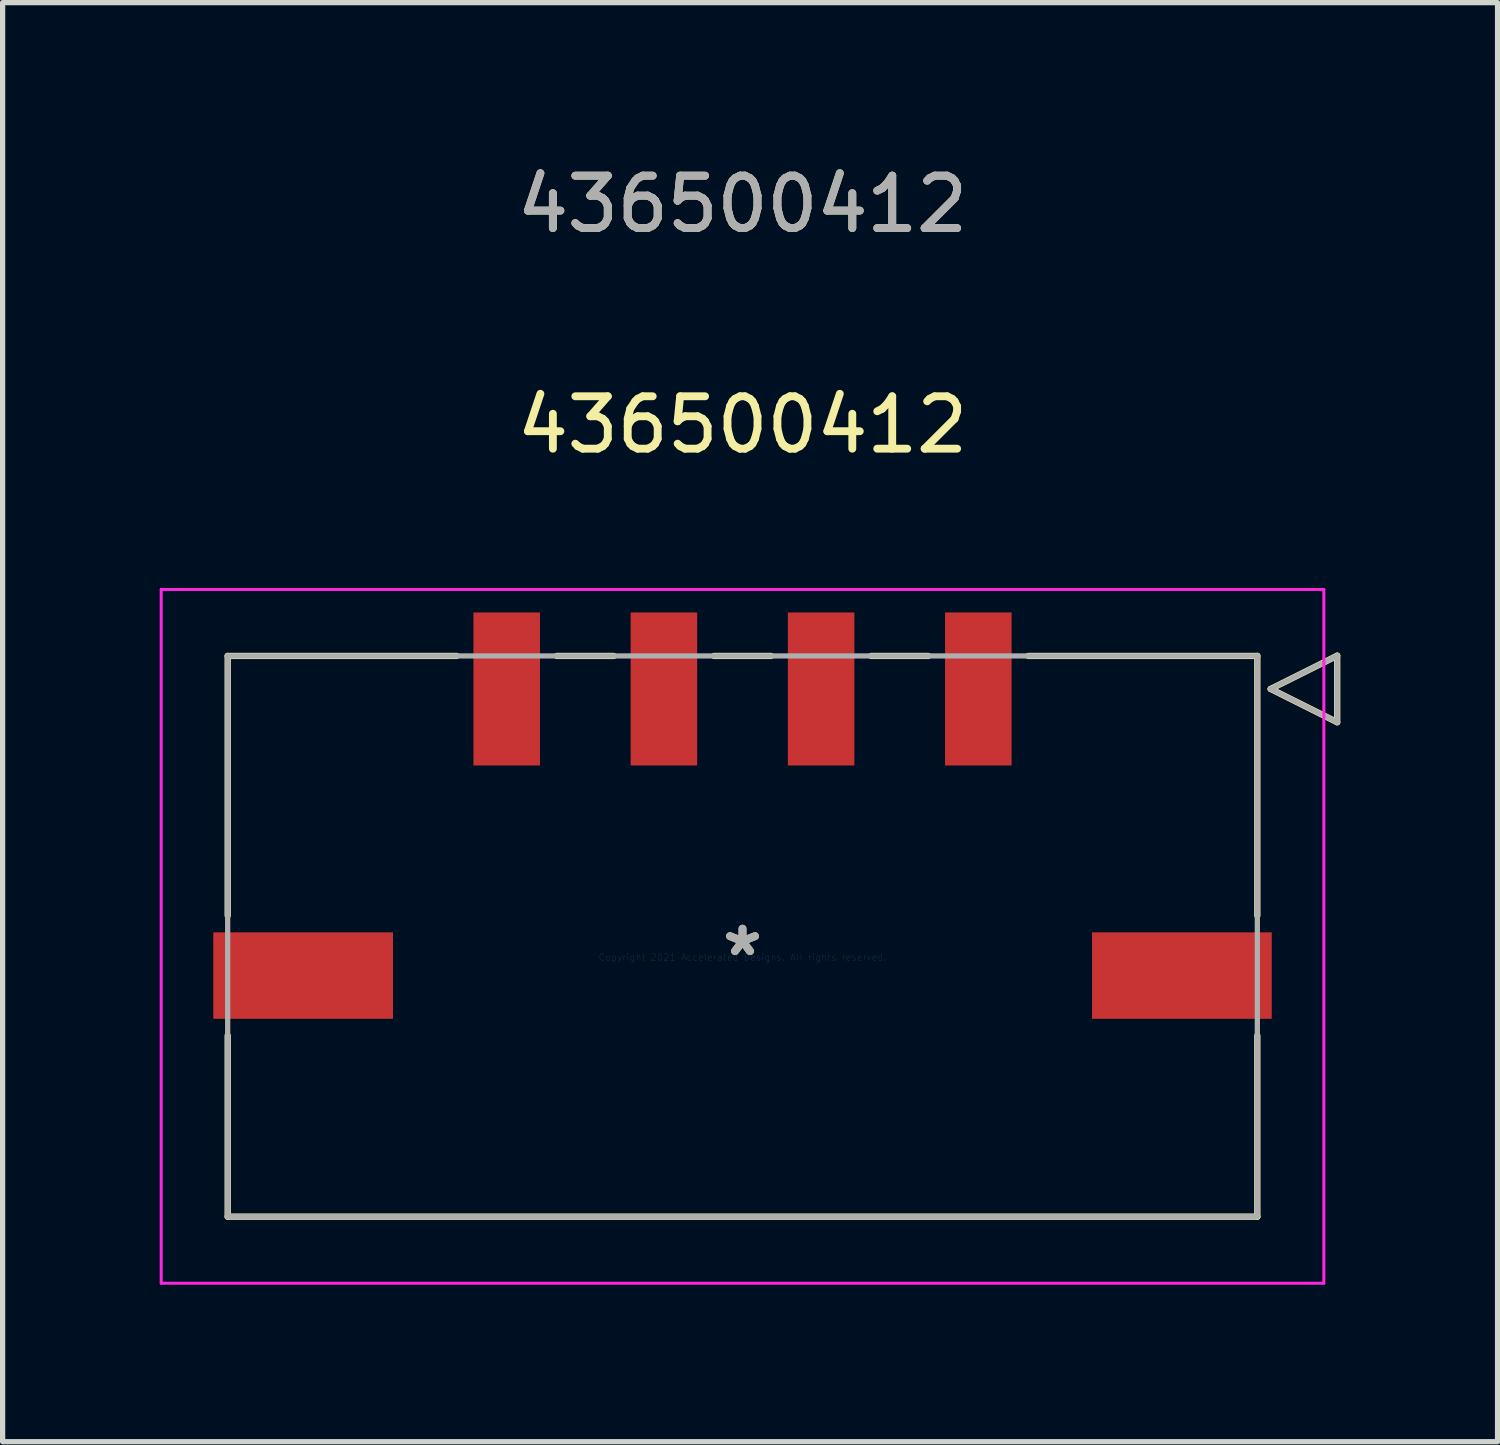
<source format=kicad_pcb>
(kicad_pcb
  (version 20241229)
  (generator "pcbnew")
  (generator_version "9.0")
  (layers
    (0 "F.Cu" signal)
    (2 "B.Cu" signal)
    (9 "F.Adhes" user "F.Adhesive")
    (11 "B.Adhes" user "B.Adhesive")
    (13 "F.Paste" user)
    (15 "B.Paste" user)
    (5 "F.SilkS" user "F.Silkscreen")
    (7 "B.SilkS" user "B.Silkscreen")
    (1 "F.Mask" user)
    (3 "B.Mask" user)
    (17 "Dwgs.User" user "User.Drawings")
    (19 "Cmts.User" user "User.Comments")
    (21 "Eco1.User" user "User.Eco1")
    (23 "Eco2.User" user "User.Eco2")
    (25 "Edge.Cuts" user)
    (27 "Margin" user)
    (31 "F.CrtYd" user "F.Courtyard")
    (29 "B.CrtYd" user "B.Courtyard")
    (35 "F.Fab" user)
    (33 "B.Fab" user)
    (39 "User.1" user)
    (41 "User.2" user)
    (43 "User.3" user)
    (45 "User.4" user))
  (footprint "436500412"
    (layer "F.Cu")
    (at 11.12 15.218)
    (property "Reference" "436500412" (at 0 -10.16 0) (layer "F.SilkS") (effects (font (size 1 1) (thickness 0.15))))
    (attr through_hole)
    (fp_line (start -9.825 -5.75) (end -9.825 -0.795) (stroke (width 0.12) (type solid)) (layer "F.SilkS"))
    (fp_line (start -9.825 1.495) (end -9.825 4.95) (stroke (width 0.12) (type solid)) (layer "F.SilkS"))
    (fp_line (start -9.825 4.95) (end 9.825 4.95) (stroke (width 0.12) (type solid)) (layer "F.SilkS"))
    (fp_line (start -5.455 -5.75) (end -9.825 -5.75) (stroke (width 0.12) (type solid)) (layer "F.SilkS"))
    (fp_line (start -2.455 -5.75) (end -3.545 -5.75) (stroke (width 0.12) (type solid)) (layer "F.SilkS"))
    (fp_line (start 0.545 -5.75) (end -0.545 -5.75) (stroke (width 0.12) (type solid)) (layer "F.SilkS"))
    (fp_line (start 3.545 -5.75) (end 2.455 -5.75) (stroke (width 0.12) (type solid)) (layer "F.SilkS"))
    (fp_line (start 9.825 -5.75) (end 5.455 -5.75) (stroke (width 0.12) (type solid)) (layer "F.SilkS"))
    (fp_line (start 9.825 -0.795) (end 9.825 -5.75) (stroke (width 0.12) (type solid)) (layer "F.SilkS"))
    (fp_line (start 9.825 4.95) (end 9.825 1.495) (stroke (width 0.12) (type solid)) (layer "F.SilkS"))
    (fp_line (start 10.079 -5.12) (end 11.349 -5.755) (stroke (width 0.12) (type solid)) (layer "F.SilkS"))
    (fp_line (start 11.349 -5.755) (end 11.349 -4.485) (stroke (width 0.12) (type solid)) (layer "F.SilkS"))
    (fp_line (start 11.349 -4.485) (end 10.079 -5.12) (stroke (width 0.12) (type solid)) (layer "F.SilkS"))
    (fp_line (start -11.095 -7.02) (end -11.095 6.22) (stroke (width 0.05) (type solid)) (layer "F.CrtYd"))
    (fp_line (start -11.095 -7.02) (end -11.095 6.22) (stroke (width 0.05) (type solid)) (layer "F.CrtYd"))
    (fp_line (start -11.095 6.22) (end 11.095 6.22) (stroke (width 0.05) (type solid)) (layer "F.CrtYd"))
    (fp_line (start -11.095 6.22) (end 11.095 6.22) (stroke (width 0.05) (type solid)) (layer "F.CrtYd"))
    (fp_line (start 11.095 -7.02) (end -11.095 -7.02) (stroke (width 0.05) (type solid)) (layer "F.CrtYd"))
    (fp_line (start 11.095 -7.02) (end -11.095 -7.02) (stroke (width 0.05) (type solid)) (layer "F.CrtYd"))
    (fp_line (start 11.095 6.22) (end 11.095 -7.02) (stroke (width 0.05) (type solid)) (layer "F.CrtYd"))
    (fp_line (start 11.095 6.22) (end 11.095 -7.02) (stroke (width 0.05) (type solid)) (layer "F.CrtYd"))
    (fp_line (start -9.825 -5.75) (end -9.825 4.95) (stroke (width 0.1) (type solid)) (layer "F.Fab"))
    (fp_line (start -9.825 4.95) (end 9.825 4.95) (stroke (width 0.1) (type solid)) (layer "F.Fab"))
    (fp_line (start 9.825 -5.75) (end -9.825 -5.75) (stroke (width 0.1) (type solid)) (layer "F.Fab"))
    (fp_line (start 9.825 4.95) (end 9.825 -5.75) (stroke (width 0.1) (type solid)) (layer "F.Fab"))
    (fp_line (start 10.079 -5.12) (end 11.349 -5.755) (stroke (width 0.1) (type solid)) (layer "F.Fab"))
    (fp_line (start 11.349 -5.755) (end 11.349 -4.485) (stroke (width 0.1) (type solid)) (layer "F.Fab"))
    (fp_line (start 11.349 -4.485) (end 10.079 -5.12) (stroke (width 0.1) (type solid)) (layer "F.Fab"))
    (fp_text user "436500412" (at 0 -14.37 0) (layer "F.SilkS") (effects (font (size 1 1) (thickness 0.15))))
    (fp_text user "*" (at 0 0 0) (layer "F.SilkS") (effects (font (size 1 1) (thickness 0.15))))
    (fp_text user "Copyright 2021 Accelerated Designs. All rights reserved." (at 0 0 0) (layer "Cmts.User") (effects (font (size 0.127 0.127) (thickness 0.002))))
    (fp_text user "436500412" (at 0 -14.37 0) (layer "F.Fab") (effects (font (size 1 1) (thickness 0.15))))
    (fp_text user "*" (at 0 0 0) (layer "F.Fab") (effects (font (size 1 1) (thickness 0.15))))
    (pad "1" smd rect (at 4.5 -5.12) (size 1.27 2.92) (layers "F.Cu" "F.Mask" "F.Paste"))
    (pad "2" smd rect (at 1.5 -5.12) (size 1.27 2.92) (layers "F.Cu" "F.Mask" "F.Paste"))
    (pad "3" smd rect (at -1.5 -5.12) (size 1.27 2.92) (layers "F.Cu" "F.Mask" "F.Paste"))
    (pad "4" smd rect (at -4.5 -5.12) (size 1.27 2.92) (layers "F.Cu" "F.Mask" "F.Paste"))
    (pad "P1" smd rect (at 8.385 0.35) (size 3.43 1.65) (layers "F.Cu" "F.Mask" "F.Paste"))
    (pad "P2" smd rect (at -8.385 0.35) (size 3.43 1.65) (layers "F.Cu" "F.Mask" "F.Paste")))
  (gr_rect
    (start -3 -3)
    (end 25.529 24.463)
    (stroke (width 0.1) (type default))
    (fill no)
    (layer "Edge.Cuts")))
</source>
